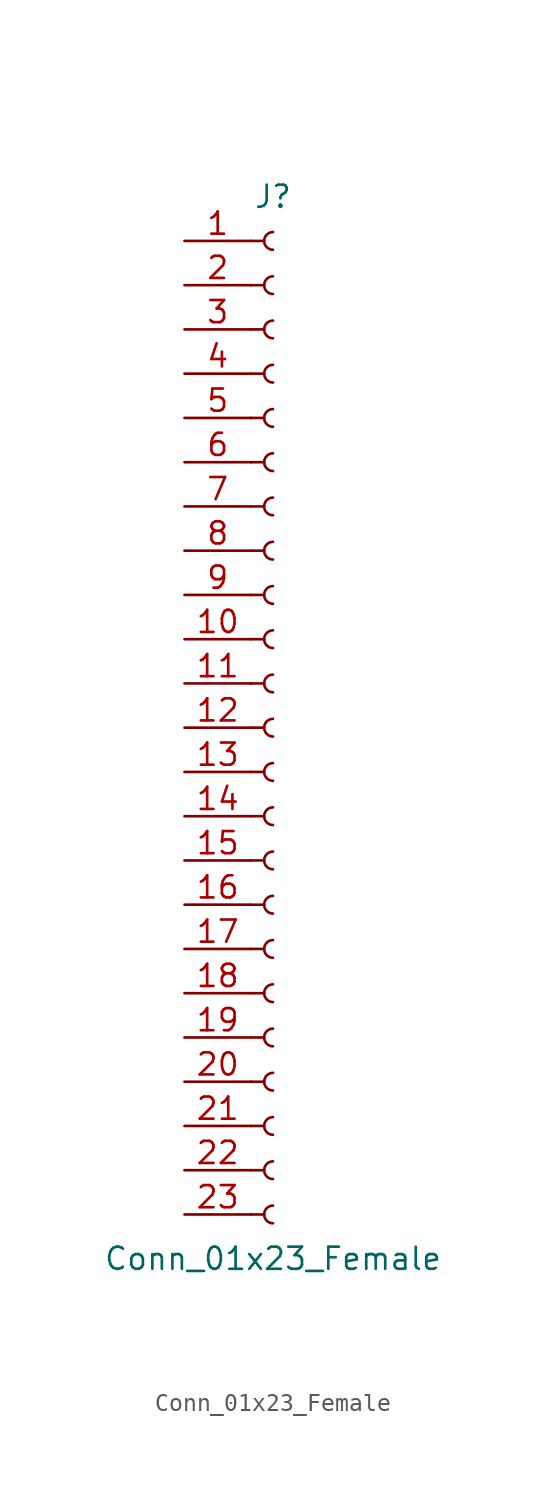
<source format=kicad_sym>
(kicad_symbol_lib
  (version 20201005)
  (generator kicad_symbol_editor)
  (symbol "Conn_01x23_Female"
    (pin_names
      (offset 1.016) hide)
    (property "Reference" "J"
      (at 0 30.48 0)
      (effects (font (size 1.27 1.27))))
    (property "Value" "Conn_01x23_Female"
      (at 0 -30.48 0)
      (effects (font (size 1.27 1.27))))
    (symbol "Conn_01x23_Female_1_1"
      (arc (start 0 -27.432) (end 0 -28.448) (radius (at 0 -27.94) (length 0.508) (angles 90.1 -90.1)) (stroke (width 0.1524)) (fill (type none)))
      (arc (start 0 -24.892) (end 0 -25.908) (radius (at 0 -25.4) (length 0.508) (angles 90.1 -90.1)) (stroke (width 0.1524)) (fill (type none)))
      (arc (start 0 -22.352) (end 0 -23.368) (radius (at 0 -22.86) (length 0.508) (angles 90.1 -90.1)) (stroke (width 0.1524)) (fill (type none)))
      (arc (start 0 -19.812) (end 0 -20.828) (radius (at 0 -20.32) (length 0.508) (angles 90.1 -90.1)) (stroke (width 0.1524)) (fill (type none)))
      (arc (start 0 -17.272) (end 0 -18.288) (radius (at 0 -17.78) (length 0.508) (angles 90.1 -90.1)) (stroke (width 0.1524)) (fill (type none)))
      (arc (start 0 -14.732) (end 0 -15.748) (radius (at 0 -15.24) (length 0.508) (angles 90.1 -90.1)) (stroke (width 0.1524)) (fill (type none)))
      (arc (start 0 -12.192) (end 0 -13.208) (radius (at 0 -12.7) (length 0.508) (angles 90.1 -90.1)) (stroke (width 0.1524)) (fill (type none)))
      (arc (start 0 -9.652) (end 0 -10.668) (radius (at 0 -10.16) (length 0.508) (angles 90.1 -90.1)) (stroke (width 0.1524)) (fill (type none)))
      (arc (start 0 -7.112) (end 0 -8.128) (radius (at 0 -7.62) (length 0.508) (angles 90.1 -90.1)) (stroke (width 0.1524)) (fill (type none)))
      (arc (start 0 -4.572) (end 0 -5.588) (radius (at 0 -5.08) (length 0.508) (angles 90.1 -90.1)) (stroke (width 0.1524)) (fill (type none)))
      (arc (start 0 -2.032) (end 0 -3.048) (radius (at 0 -2.54) (length 0.508) (angles 90.1 -90.1)) (stroke (width 0.1524)) (fill (type none)))
      (arc (start 0 0.508) (end 0 -0.508) (radius (at 0 0) (length 0.508) (angles 90.1 -90.1)) (stroke (width 0.1524)) (fill (type none)))
      (arc (start 0 3.048) (end 0 2.032) (radius (at 0 2.54) (length 0.508) (angles 90.1 -90.1)) (stroke (width 0.1524)) (fill (type none)))
      (arc (start 0 5.588) (end 0 4.572) (radius (at 0 5.08) (length 0.508) (angles 90.1 -90.1)) (stroke (width 0.1524)) (fill (type none)))
      (arc (start 0 8.128) (end 0 7.112) (radius (at 0 7.62) (length 0.508) (angles 90.1 -90.1)) (stroke (width 0.1524)) (fill (type none)))
      (arc (start 0 10.668) (end 0 9.652) (radius (at 0 10.16) (length 0.508) (angles 90.1 -90.1)) (stroke (width 0.1524)) (fill (type none)))
      (arc (start 0 13.208) (end 0 12.192) (radius (at 0 12.7) (length 0.508) (angles 90.1 -90.1)) (stroke (width 0.1524)) (fill (type none)))
      (arc (start 0 15.748) (end 0 14.732) (radius (at 0 15.24) (length 0.508) (angles 90.1 -90.1)) (stroke (width 0.1524)) (fill (type none)))
      (arc (start 0 18.288) (end 0 17.272) (radius (at 0 17.78) (length 0.508) (angles 90.1 -90.1)) (stroke (width 0.1524)) (fill (type none)))
      (arc (start 0 20.828) (end 0 19.812) (radius (at 0 20.32) (length 0.508) (angles 90.1 -90.1)) (stroke (width 0.1524)) (fill (type none)))
      (arc (start 0 23.368) (end 0 22.352) (radius (at 0 22.86) (length 0.508) (angles 90.1 -90.1)) (stroke (width 0.1524)) (fill (type none)))
      (arc (start 0 25.908) (end 0 24.892) (radius (at 0 25.4) (length 0.508) (angles 90.1 -90.1)) (stroke (width 0.1524)) (fill (type none)))
      (arc (start 0 28.448) (end 0 27.432) (radius (at 0 27.94) (length 0.508) (angles 90.1 -90.1)) (stroke (width 0.1524)) (fill (type none)))
      (polyline (pts (xy -1.27 -27.94) (xy -0.508 -27.94)) (stroke (width 0.152)) (fill (type none)))
      (polyline (pts (xy -1.27 -25.4) (xy -0.508 -25.4)) (stroke (width 0.152)) (fill (type none)))
      (polyline (pts (xy -1.27 -22.86) (xy -0.508 -22.86)) (stroke (width 0.152)) (fill (type none)))
      (polyline (pts (xy -1.27 -20.32) (xy -0.508 -20.32)) (stroke (width 0.152)) (fill (type none)))
      (polyline (pts (xy -1.27 -17.78) (xy -0.508 -17.78)) (stroke (width 0.152)) (fill (type none)))
      (polyline (pts (xy -1.27 -15.24) (xy -0.508 -15.24)) (stroke (width 0.152)) (fill (type none)))
      (polyline (pts (xy -1.27 -12.7) (xy -0.508 -12.7)) (stroke (width 0.152)) (fill (type none)))
      (polyline (pts (xy -1.27 -10.16) (xy -0.508 -10.16)) (stroke (width 0.152)) (fill (type none)))
      (polyline (pts (xy -1.27 -7.62) (xy -0.508 -7.62)) (stroke (width 0.152)) (fill (type none)))
      (polyline (pts (xy -1.27 -5.08) (xy -0.508 -5.08)) (stroke (width 0.152)) (fill (type none)))
      (polyline (pts (xy -1.27 -2.54) (xy -0.508 -2.54)) (stroke (width 0.152)) (fill (type none)))
      (polyline (pts (xy -1.27 0) (xy -0.508 0)) (stroke (width 0.152)) (fill (type none)))
      (polyline (pts (xy -1.27 2.54) (xy -0.508 2.54)) (stroke (width 0.152)) (fill (type none)))
      (polyline (pts (xy -1.27 5.08) (xy -0.508 5.08)) (stroke (width 0.152)) (fill (type none)))
      (polyline (pts (xy -1.27 7.62) (xy -0.508 7.62)) (stroke (width 0.152)) (fill (type none)))
      (polyline (pts (xy -1.27 10.16) (xy -0.508 10.16)) (stroke (width 0.152)) (fill (type none)))
      (polyline (pts (xy -1.27 12.7) (xy -0.508 12.7)) (stroke (width 0.152)) (fill (type none)))
      (polyline (pts (xy -1.27 15.24) (xy -0.508 15.24)) (stroke (width 0.152)) (fill (type none)))
      (polyline (pts (xy -1.27 17.78) (xy -0.508 17.78)) (stroke (width 0.152)) (fill (type none)))
      (polyline (pts (xy -1.27 20.32) (xy -0.508 20.32)) (stroke (width 0.152)) (fill (type none)))
      (polyline (pts (xy -1.27 22.86) (xy -0.508 22.86)) (stroke (width 0.152)) (fill (type none)))
      (polyline (pts (xy -1.27 25.4) (xy -0.508 25.4)) (stroke (width 0.152)) (fill (type none)))
      (polyline (pts (xy -1.27 27.94) (xy -0.508 27.94)) (stroke (width 0.152)) (fill (type none)))
      (pin passive line (at -5.08 27.94 0) (length 3.81) (name "Pin_1" (effects (font (size 1.27 1.27)))) (number "1" (effects (font (size 1.27 1.27)))))
      (pin passive line (at -5.08 5.08 0) (length 3.81) (name "Pin_10" (effects (font (size 1.27 1.27)))) (number "10" (effects (font (size 1.27 1.27)))))
      (pin passive line (at -5.08 2.54 0) (length 3.81) (name "Pin_11" (effects (font (size 1.27 1.27)))) (number "11" (effects (font (size 1.27 1.27)))))
      (pin passive line (at -5.08 0 0) (length 3.81) (name "Pin_12" (effects (font (size 1.27 1.27)))) (number "12" (effects (font (size 1.27 1.27)))))
      (pin passive line (at -5.08 -2.54 0) (length 3.81) (name "Pin_13" (effects (font (size 1.27 1.27)))) (number "13" (effects (font (size 1.27 1.27)))))
      (pin passive line (at -5.08 -5.08 0) (length 3.81) (name "Pin_14" (effects (font (size 1.27 1.27)))) (number "14" (effects (font (size 1.27 1.27)))))
      (pin passive line (at -5.08 -7.62 0) (length 3.81) (name "Pin_15" (effects (font (size 1.27 1.27)))) (number "15" (effects (font (size 1.27 1.27)))))
      (pin passive line (at -5.08 -10.16 0) (length 3.81) (name "Pin_16" (effects (font (size 1.27 1.27)))) (number "16" (effects (font (size 1.27 1.27)))))
      (pin passive line (at -5.08 -12.7 0) (length 3.81) (name "Pin_17" (effects (font (size 1.27 1.27)))) (number "17" (effects (font (size 1.27 1.27)))))
      (pin passive line (at -5.08 -15.24 0) (length 3.81) (name "Pin_18" (effects (font (size 1.27 1.27)))) (number "18" (effects (font (size 1.27 1.27)))))
      (pin passive line (at -5.08 -17.78 0) (length 3.81) (name "Pin_19" (effects (font (size 1.27 1.27)))) (number "19" (effects (font (size 1.27 1.27)))))
      (pin passive line (at -5.08 25.4 0) (length 3.81) (name "Pin_2" (effects (font (size 1.27 1.27)))) (number "2" (effects (font (size 1.27 1.27)))))
      (pin passive line (at -5.08 -20.32 0) (length 3.81) (name "Pin_20" (effects (font (size 1.27 1.27)))) (number "20" (effects (font (size 1.27 1.27)))))
      (pin passive line (at -5.08 -22.86 0) (length 3.81) (name "Pin_21" (effects (font (size 1.27 1.27)))) (number "21" (effects (font (size 1.27 1.27)))))
      (pin passive line (at -5.08 -25.4 0) (length 3.81) (name "Pin_22" (effects (font (size 1.27 1.27)))) (number "22" (effects (font (size 1.27 1.27)))))
      (pin passive line (at -5.08 -27.94 0) (length 3.81) (name "Pin_23" (effects (font (size 1.27 1.27)))) (number "23" (effects (font (size 1.27 1.27)))))
      (pin passive line (at -5.08 22.86 0) (length 3.81) (name "Pin_3" (effects (font (size 1.27 1.27)))) (number "3" (effects (font (size 1.27 1.27)))))
      (pin passive line (at -5.08 20.32 0) (length 3.81) (name "Pin_4" (effects (font (size 1.27 1.27)))) (number "4" (effects (font (size 1.27 1.27)))))
      (pin passive line (at -5.08 17.78 0) (length 3.81) (name "Pin_5" (effects (font (size 1.27 1.27)))) (number "5" (effects (font (size 1.27 1.27)))))
      (pin passive line (at -5.08 15.24 0) (length 3.81) (name "Pin_6" (effects (font (size 1.27 1.27)))) (number "6" (effects (font (size 1.27 1.27)))))
      (pin passive line (at -5.08 12.7 0) (length 3.81) (name "Pin_7" (effects (font (size 1.27 1.27)))) (number "7" (effects (font (size 1.27 1.27)))))
      (pin passive line (at -5.08 10.16 0) (length 3.81) (name "Pin_8" (effects (font (size 1.27 1.27)))) (number "8" (effects (font (size 1.27 1.27)))))
      (pin passive line (at -5.08 7.62 0) (length 3.81) (name "Pin_9" (effects (font (size 1.27 1.27)))) (number "9" (effects (font (size 1.27 1.27))))))))
</source>
